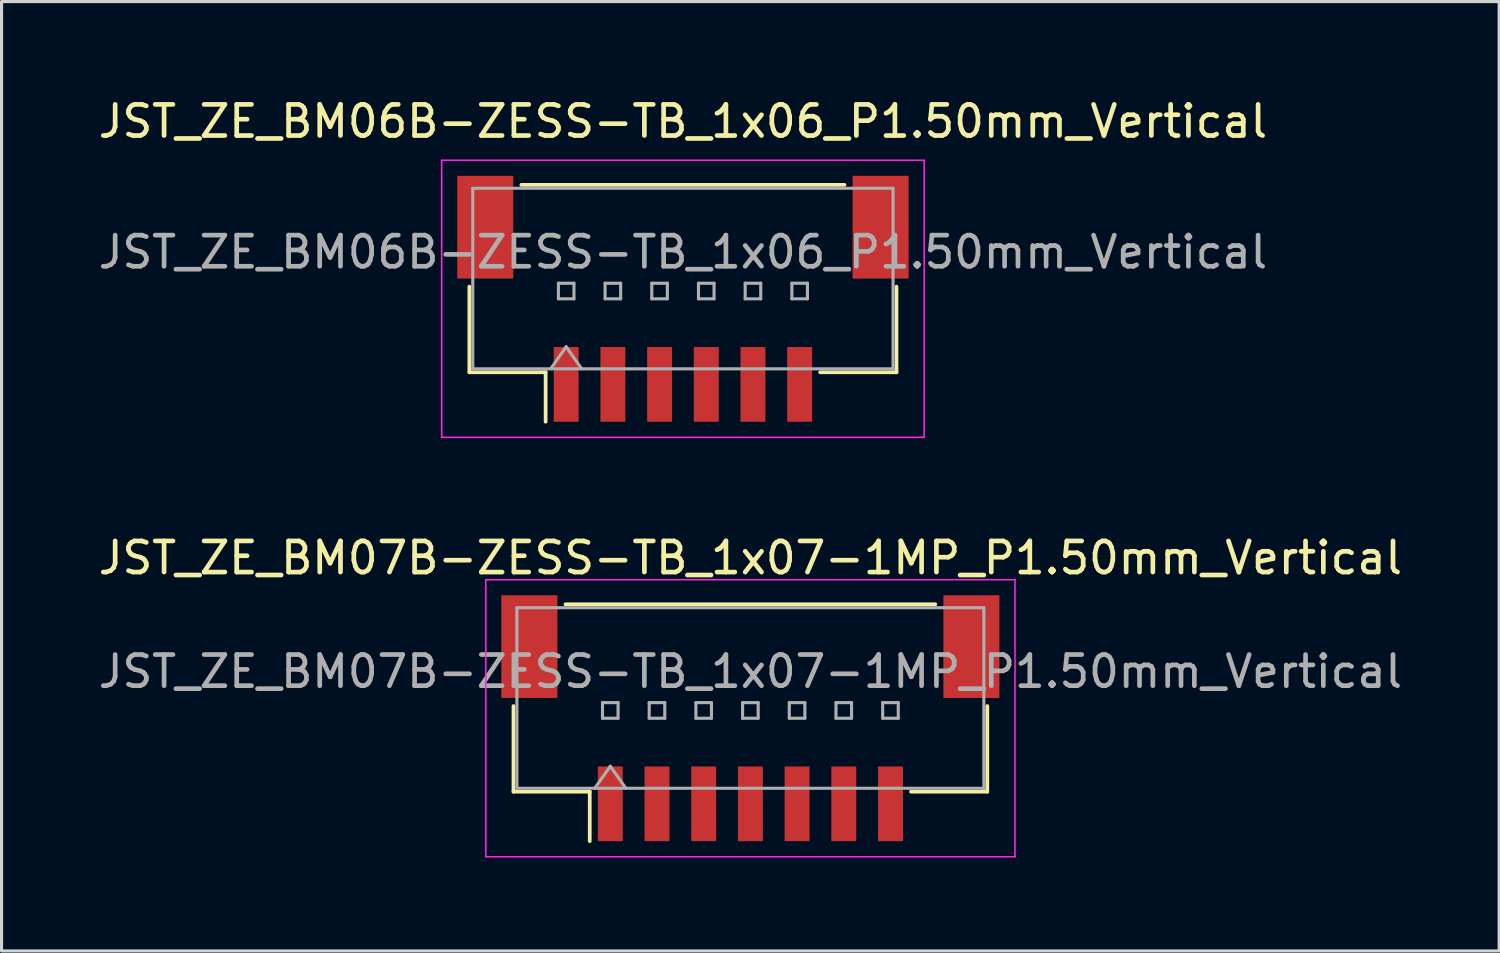
<source format=kicad_pcb>
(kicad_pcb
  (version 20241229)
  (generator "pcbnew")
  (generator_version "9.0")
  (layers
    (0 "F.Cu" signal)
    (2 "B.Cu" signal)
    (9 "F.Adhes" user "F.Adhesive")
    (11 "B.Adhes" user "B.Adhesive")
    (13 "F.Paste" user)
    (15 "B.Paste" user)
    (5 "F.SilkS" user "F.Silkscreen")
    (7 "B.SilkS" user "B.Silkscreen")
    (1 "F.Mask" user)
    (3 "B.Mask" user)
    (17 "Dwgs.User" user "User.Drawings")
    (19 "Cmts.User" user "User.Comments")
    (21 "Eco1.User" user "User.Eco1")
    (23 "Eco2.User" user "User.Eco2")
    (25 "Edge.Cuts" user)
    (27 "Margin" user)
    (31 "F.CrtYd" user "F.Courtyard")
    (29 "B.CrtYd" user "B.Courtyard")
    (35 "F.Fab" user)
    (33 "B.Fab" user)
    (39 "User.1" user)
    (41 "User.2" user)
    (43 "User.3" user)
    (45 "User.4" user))
  (footprint "JST_ZE_BM06B-ZESS-TB_1x06_P1.50mm_Vertical"
    (layer "F.Cu")
    (at 18.887 6.548)
    (property "Reference" "JST_ZE_BM06B-ZESS-TB_1x06_P1.50mm_Vertical" (at 0 -5.7 0) (layer "F.SilkS") (effects (font (size 1 1) (thickness 0.15))))
    (attr smd)
    (fp_line (start -6.86 -0.39) (end -6.86 2.36) (stroke (width 0.12) (type solid)) (layer "F.SilkS"))
    (fp_line (start -6.86 2.36) (end -4.41 2.36) (stroke (width 0.12) (type solid)) (layer "F.SilkS"))
    (fp_line (start -5.19 -3.66) (end 5.19 -3.66) (stroke (width 0.12) (type solid)) (layer "F.SilkS"))
    (fp_line (start -4.41 2.36) (end -4.41 3.95) (stroke (width 0.12) (type solid)) (layer "F.SilkS"))
    (fp_line (start 6.86 -0.39) (end 6.86 2.36) (stroke (width 0.12) (type solid)) (layer "F.SilkS"))
    (fp_line (start 6.86 2.36) (end 4.41 2.36) (stroke (width 0.12) (type solid)) (layer "F.SilkS"))
    (fp_line (start -7.75 -4.45) (end -7.75 4.45) (stroke (width 0.05) (type solid)) (layer "F.CrtYd"))
    (fp_line (start -7.75 4.45) (end 7.75 4.45) (stroke (width 0.05) (type solid)) (layer "F.CrtYd"))
    (fp_line (start 7.75 -4.45) (end -7.75 -4.45) (stroke (width 0.05) (type solid)) (layer "F.CrtYd"))
    (fp_line (start 7.75 4.45) (end 7.75 -4.45) (stroke (width 0.05) (type solid)) (layer "F.CrtYd"))
    (fp_line (start -6.75 -3.55) (end 6.75 -3.55) (stroke (width 0.1) (type solid)) (layer "F.Fab"))
    (fp_line (start -6.75 2.25) (end -6.75 -3.55) (stroke (width 0.1) (type solid)) (layer "F.Fab"))
    (fp_line (start -6.75 2.25) (end 6.75 2.25) (stroke (width 0.1) (type solid)) (layer "F.Fab"))
    (fp_line (start -4.25 2.25) (end -3.75 1.543) (stroke (width 0.1) (type solid)) (layer "F.Fab"))
    (fp_line (start -4 -0.5) (end -4 0) (stroke (width 0.1) (type solid)) (layer "F.Fab"))
    (fp_line (start -4 0) (end -3.5 0) (stroke (width 0.1) (type solid)) (layer "F.Fab"))
    (fp_line (start -3.75 1.543) (end -3.25 2.25) (stroke (width 0.1) (type solid)) (layer "F.Fab"))
    (fp_line (start -3.5 -0.5) (end -4 -0.5) (stroke (width 0.1) (type solid)) (layer "F.Fab"))
    (fp_line (start -3.5 0) (end -3.5 -0.5) (stroke (width 0.1) (type solid)) (layer "F.Fab"))
    (fp_line (start -2.5 -0.5) (end -2.5 0) (stroke (width 0.1) (type solid)) (layer "F.Fab"))
    (fp_line (start -2.5 0) (end -2 0) (stroke (width 0.1) (type solid)) (layer "F.Fab"))
    (fp_line (start -2 -0.5) (end -2.5 -0.5) (stroke (width 0.1) (type solid)) (layer "F.Fab"))
    (fp_line (start -2 0) (end -2 -0.5) (stroke (width 0.1) (type solid)) (layer "F.Fab"))
    (fp_line (start -1 -0.5) (end -1 0) (stroke (width 0.1) (type solid)) (layer "F.Fab"))
    (fp_line (start -1 0) (end -0.5 0) (stroke (width 0.1) (type solid)) (layer "F.Fab"))
    (fp_line (start -0.5 -0.5) (end -1 -0.5) (stroke (width 0.1) (type solid)) (layer "F.Fab"))
    (fp_line (start -0.5 0) (end -0.5 -0.5) (stroke (width 0.1) (type solid)) (layer "F.Fab"))
    (fp_line (start 0.5 -0.5) (end 0.5 0) (stroke (width 0.1) (type solid)) (layer "F.Fab"))
    (fp_line (start 0.5 0) (end 1 0) (stroke (width 0.1) (type solid)) (layer "F.Fab"))
    (fp_line (start 1 -0.5) (end 0.5 -0.5) (stroke (width 0.1) (type solid)) (layer "F.Fab"))
    (fp_line (start 1 0) (end 1 -0.5) (stroke (width 0.1) (type solid)) (layer "F.Fab"))
    (fp_line (start 2 -0.5) (end 2 0) (stroke (width 0.1) (type solid)) (layer "F.Fab"))
    (fp_line (start 2 0) (end 2.5 0) (stroke (width 0.1) (type solid)) (layer "F.Fab"))
    (fp_line (start 2.5 -0.5) (end 2 -0.5) (stroke (width 0.1) (type solid)) (layer "F.Fab"))
    (fp_line (start 2.5 0) (end 2.5 -0.5) (stroke (width 0.1) (type solid)) (layer "F.Fab"))
    (fp_line (start 3.5 -0.5) (end 3.5 0) (stroke (width 0.1) (type solid)) (layer "F.Fab"))
    (fp_line (start 3.5 0) (end 4 0) (stroke (width 0.1) (type solid)) (layer "F.Fab"))
    (fp_line (start 4 -0.5) (end 3.5 -0.5) (stroke (width 0.1) (type solid)) (layer "F.Fab"))
    (fp_line (start 4 0) (end 4 -0.5) (stroke (width 0.1) (type solid)) (layer "F.Fab"))
    (fp_line (start 6.75 2.25) (end 6.75 -3.55) (stroke (width 0.1) (type solid)) (layer "F.Fab"))
    (fp_text user "${REFERENCE}" (at 0 -1.5 0) (layer "F.Fab") (effects (font (size 1 1) (thickness 0.15))))
    (pad "" smd rect (at -6.35 -2.3) (size 1.8 3.3) (layers "F.Cu" "F.Mask" "F.Paste"))
    (pad "" smd rect (at 6.35 -2.3) (size 1.8 3.3) (layers "F.Cu" "F.Mask" "F.Paste"))
    (pad "1" smd rect (at -3.75 2.75) (size 0.8 2.4) (layers "F.Cu" "F.Mask" "F.Paste"))
    (pad "2" smd rect (at -2.25 2.75) (size 0.8 2.4) (layers "F.Cu" "F.Mask" "F.Paste"))
    (pad "3" smd rect (at -0.75 2.75) (size 0.8 2.4) (layers "F.Cu" "F.Mask" "F.Paste"))
    (pad "4" smd rect (at 0.75 2.75) (size 0.8 2.4) (layers "F.Cu" "F.Mask" "F.Paste"))
    (pad "5" smd rect (at 2.25 2.75) (size 0.8 2.4) (layers "F.Cu" "F.Mask" "F.Paste"))
    (pad "6" smd rect (at 3.75 2.75) (size 0.8 2.4) (layers "F.Cu" "F.Mask" "F.Paste")))
  (footprint "JST_ZE_BM07B-ZESS-TB_1x07-1MP_P1.50mm_Vertical"
    (layer "F.Cu")
    (at 21.054 20.021)
    (property "Reference" "JST_ZE_BM07B-ZESS-TB_1x07-1MP_P1.50mm_Vertical" (at 0 -5.15 0) (layer "F.SilkS") (effects (font (size 1 1) (thickness 0.15))))
    (attr smd)
    (fp_line (start -7.61 -0.39) (end -7.61 2.36) (stroke (width 0.12) (type solid)) (layer "F.SilkS"))
    (fp_line (start -7.61 2.36) (end -5.16 2.36) (stroke (width 0.12) (type solid)) (layer "F.SilkS"))
    (fp_line (start -5.94 -3.66) (end 5.94 -3.66) (stroke (width 0.12) (type solid)) (layer "F.SilkS"))
    (fp_line (start -5.16 2.36) (end -5.16 3.95) (stroke (width 0.12) (type solid)) (layer "F.SilkS"))
    (fp_line (start 7.61 -0.39) (end 7.61 2.36) (stroke (width 0.12) (type solid)) (layer "F.SilkS"))
    (fp_line (start 7.61 2.36) (end 5.16 2.36) (stroke (width 0.12) (type solid)) (layer "F.SilkS"))
    (fp_line (start -8.5 -4.45) (end -8.5 4.45) (stroke (width 0.05) (type solid)) (layer "F.CrtYd"))
    (fp_line (start -8.5 4.45) (end 8.5 4.45) (stroke (width 0.05) (type solid)) (layer "F.CrtYd"))
    (fp_line (start 8.5 -4.45) (end -8.5 -4.45) (stroke (width 0.05) (type solid)) (layer "F.CrtYd"))
    (fp_line (start 8.5 4.45) (end 8.5 -4.45) (stroke (width 0.05) (type solid)) (layer "F.CrtYd"))
    (fp_line (start -7.5 -3.55) (end 7.5 -3.55) (stroke (width 0.1) (type solid)) (layer "F.Fab"))
    (fp_line (start -7.5 2.25) (end -7.5 -3.55) (stroke (width 0.1) (type solid)) (layer "F.Fab"))
    (fp_line (start -7.5 2.25) (end 7.5 2.25) (stroke (width 0.1) (type solid)) (layer "F.Fab"))
    (fp_line (start -5 2.25) (end -4.5 1.543) (stroke (width 0.1) (type solid)) (layer "F.Fab"))
    (fp_line (start -4.75 -0.5) (end -4.75 0) (stroke (width 0.1) (type solid)) (layer "F.Fab"))
    (fp_line (start -4.75 0) (end -4.25 0) (stroke (width 0.1) (type solid)) (layer "F.Fab"))
    (fp_line (start -4.5 1.543) (end -4 2.25) (stroke (width 0.1) (type solid)) (layer "F.Fab"))
    (fp_line (start -4.25 -0.5) (end -4.75 -0.5) (stroke (width 0.1) (type solid)) (layer "F.Fab"))
    (fp_line (start -4.25 0) (end -4.25 -0.5) (stroke (width 0.1) (type solid)) (layer "F.Fab"))
    (fp_line (start -3.25 -0.5) (end -3.25 0) (stroke (width 0.1) (type solid)) (layer "F.Fab"))
    (fp_line (start -3.25 0) (end -2.75 0) (stroke (width 0.1) (type solid)) (layer "F.Fab"))
    (fp_line (start -2.75 -0.5) (end -3.25 -0.5) (stroke (width 0.1) (type solid)) (layer "F.Fab"))
    (fp_line (start -2.75 0) (end -2.75 -0.5) (stroke (width 0.1) (type solid)) (layer "F.Fab"))
    (fp_line (start -1.75 -0.5) (end -1.75 0) (stroke (width 0.1) (type solid)) (layer "F.Fab"))
    (fp_line (start -1.75 0) (end -1.25 0) (stroke (width 0.1) (type solid)) (layer "F.Fab"))
    (fp_line (start -1.25 -0.5) (end -1.75 -0.5) (stroke (width 0.1) (type solid)) (layer "F.Fab"))
    (fp_line (start -1.25 0) (end -1.25 -0.5) (stroke (width 0.1) (type solid)) (layer "F.Fab"))
    (fp_line (start -0.25 -0.5) (end -0.25 0) (stroke (width 0.1) (type solid)) (layer "F.Fab"))
    (fp_line (start -0.25 0) (end 0.25 0) (stroke (width 0.1) (type solid)) (layer "F.Fab"))
    (fp_line (start 0.25 -0.5) (end -0.25 -0.5) (stroke (width 0.1) (type solid)) (layer "F.Fab"))
    (fp_line (start 0.25 0) (end 0.25 -0.5) (stroke (width 0.1) (type solid)) (layer "F.Fab"))
    (fp_line (start 1.25 -0.5) (end 1.25 0) (stroke (width 0.1) (type solid)) (layer "F.Fab"))
    (fp_line (start 1.25 0) (end 1.75 0) (stroke (width 0.1) (type solid)) (layer "F.Fab"))
    (fp_line (start 1.75 -0.5) (end 1.25 -0.5) (stroke (width 0.1) (type solid)) (layer "F.Fab"))
    (fp_line (start 1.75 0) (end 1.75 -0.5) (stroke (width 0.1) (type solid)) (layer "F.Fab"))
    (fp_line (start 2.75 -0.5) (end 2.75 0) (stroke (width 0.1) (type solid)) (layer "F.Fab"))
    (fp_line (start 2.75 0) (end 3.25 0) (stroke (width 0.1) (type solid)) (layer "F.Fab"))
    (fp_line (start 3.25 -0.5) (end 2.75 -0.5) (stroke (width 0.1) (type solid)) (layer "F.Fab"))
    (fp_line (start 3.25 0) (end 3.25 -0.5) (stroke (width 0.1) (type solid)) (layer "F.Fab"))
    (fp_line (start 4.25 -0.5) (end 4.25 0) (stroke (width 0.1) (type solid)) (layer "F.Fab"))
    (fp_line (start 4.25 0) (end 4.75 0) (stroke (width 0.1) (type solid)) (layer "F.Fab"))
    (fp_line (start 4.75 -0.5) (end 4.25 -0.5) (stroke (width 0.1) (type solid)) (layer "F.Fab"))
    (fp_line (start 4.75 0) (end 4.75 -0.5) (stroke (width 0.1) (type solid)) (layer "F.Fab"))
    (fp_line (start 7.5 2.25) (end 7.5 -3.55) (stroke (width 0.1) (type solid)) (layer "F.Fab"))
    (fp_text user "${REFERENCE}" (at 0 -1.5 0) (layer "F.Fab") (effects (font (size 1 1) (thickness 0.15))))
    (pad "1" smd rect (at -4.5 2.75) (size 0.8 2.4) (layers "F.Cu" "F.Mask" "F.Paste"))
    (pad "2" smd rect (at -3 2.75) (size 0.8 2.4) (layers "F.Cu" "F.Mask" "F.Paste"))
    (pad "3" smd rect (at -1.5 2.75) (size 0.8 2.4) (layers "F.Cu" "F.Mask" "F.Paste"))
    (pad "4" smd rect (at 0 2.75) (size 0.8 2.4) (layers "F.Cu" "F.Mask" "F.Paste"))
    (pad "5" smd rect (at 1.5 2.75) (size 0.8 2.4) (layers "F.Cu" "F.Mask" "F.Paste"))
    (pad "6" smd rect (at 3 2.75) (size 0.8 2.4) (layers "F.Cu" "F.Mask" "F.Paste"))
    (pad "7" smd rect (at 4.5 2.75) (size 0.8 2.4) (layers "F.Cu" "F.Mask" "F.Paste"))
    (pad "MP" smd rect (at -7.1 -2.3) (size 1.8 3.3) (layers "F.Cu" "F.Mask" "F.Paste"))
    (pad "MP" smd rect (at 7.1 -2.3) (size 1.8 3.3) (layers "F.Cu" "F.Mask" "F.Paste")))
  (gr_rect
    (start -3 -3)
    (end 45.107 27.497)
    (stroke (width 0.1) (type default))
    (fill no)
    (layer "Edge.Cuts")))
</source>
